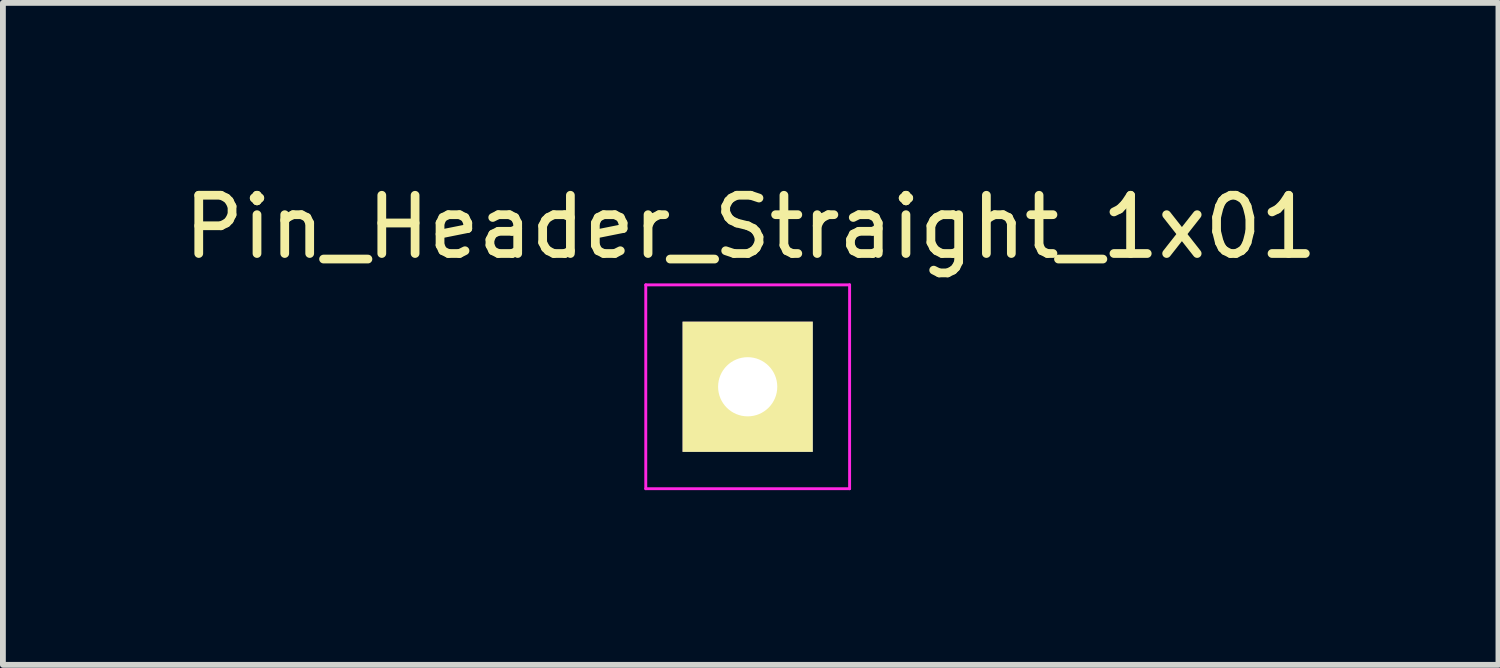
<source format=kicad_pcb>
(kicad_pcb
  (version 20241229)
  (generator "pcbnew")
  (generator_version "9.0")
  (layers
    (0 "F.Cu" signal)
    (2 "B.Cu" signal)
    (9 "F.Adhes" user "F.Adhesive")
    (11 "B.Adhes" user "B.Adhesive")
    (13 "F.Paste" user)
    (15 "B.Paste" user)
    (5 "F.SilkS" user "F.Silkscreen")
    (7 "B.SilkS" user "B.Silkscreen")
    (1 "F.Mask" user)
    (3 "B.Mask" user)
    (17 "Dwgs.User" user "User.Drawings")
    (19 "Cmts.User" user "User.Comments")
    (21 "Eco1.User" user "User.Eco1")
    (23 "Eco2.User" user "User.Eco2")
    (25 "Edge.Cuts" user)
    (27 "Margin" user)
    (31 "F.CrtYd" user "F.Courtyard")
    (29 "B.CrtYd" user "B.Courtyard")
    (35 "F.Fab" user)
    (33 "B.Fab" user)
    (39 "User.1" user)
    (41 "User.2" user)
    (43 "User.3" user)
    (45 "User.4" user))
  (footprint "Pin_Header_Straight_1x01"
    (layer "F.Cu")
    (at 9.788 3.591)
    (property "Reference" "Pin_Header_Straight_1x01" (at 0.051 -2.743 0) (layer "F.SilkS") (effects (font (size 1 1) (thickness 0.15))))
    (attr through_hole)
    (fp_line (start -1.75 -1.75) (end -1.75 1.75) (stroke (width 0.05) (type solid)) (layer "F.CrtYd"))
    (fp_line (start -1.75 -1.75) (end 1.75 -1.75) (stroke (width 0.05) (type solid)) (layer "F.CrtYd"))
    (fp_line (start -1.75 1.75) (end 1.75 1.75) (stroke (width 0.05) (type solid)) (layer "F.CrtYd"))
    (fp_line (start 1.75 -1.75) (end 1.75 1.75) (stroke (width 0.05) (type solid)) (layer "F.CrtYd"))
    (pad "1" thru_hole rect (at 0 0) (size 2.235 2.235) (drill 1.016) (layers "*.Cu" "*.Mask" "F.SilkS")))
  (gr_rect
    (start -3 -3)
    (end 22.679 8.366)
    (stroke (width 0.1) (type default))
    (fill no)
    (layer "Edge.Cuts")))
</source>
